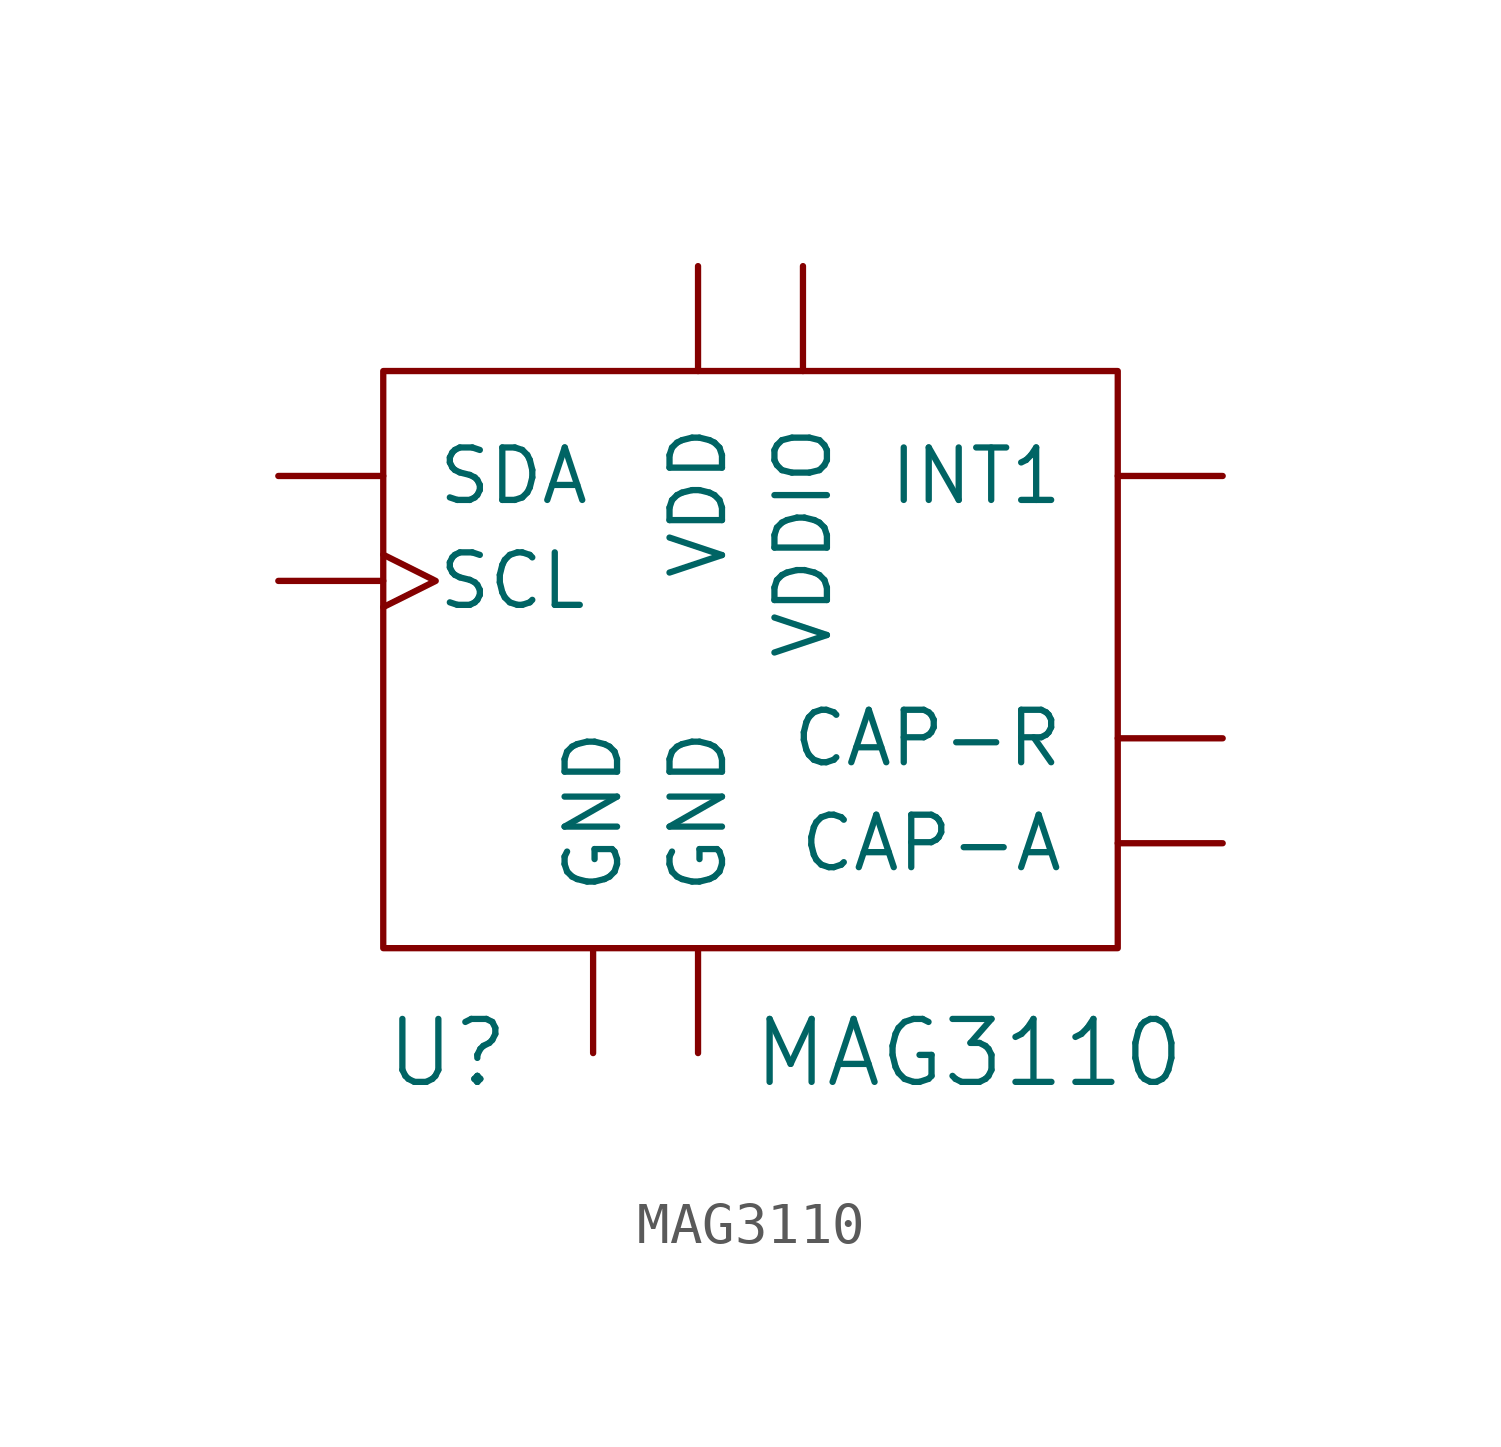
<source format=kicad_sym>
(kicad_symbol_lib
  (version 20211014)
  (generator kicad_symbol_editor)
  (symbol "MAG3110"
    (pin_numbers hide)
    (pin_names
      (offset 1.27))
    (property "Reference" "U"
      (at -7.62 -7.62 0)
      (effects (font (size 1.524 1.524)) (justify left)))
    (property "Value" "MAG3110"
      (at 1.27 -7.62 0)
      (effects (font (size 1.524 1.524)) (justify left)))
    (symbol "MAG3110_0_1"
      (rectangle (start -7.62 8.89) (end 10.16 -5.08) (stroke (width 0) (type default) (color 0 0 0 0)) (fill (type none))))
    (symbol "MAG3110_1_1"
      (pin passive line (at 12.7 -2.54 180) (length 2.54) (name "CAP-A" (effects (font (size 1.27 1.27)))) (number "1" (effects (font (size 1.27 1.27)))))
      (pin power_in line (at 0 -7.62 90) (length 2.54) (name "GND" (effects (font (size 1.27 1.27)))) (number "10" (effects (font (size 1.27 1.27)))))
      (pin power_in line (at 0 11.43 270) (length 2.54) (name "VDD" (effects (font (size 1.27 1.27)))) (number "2" (effects (font (size 1.27 1.27)))))
      (pin passive line (at 12.7 0 180) (length 2.54) (name "CAP-R" (effects (font (size 1.27 1.27)))) (number "4" (effects (font (size 1.27 1.27)))))
      (pin power_in line (at -2.54 -7.62 90) (length 2.54) (name "GND" (effects (font (size 1.27 1.27)))) (number "5" (effects (font (size 1.27 1.27)))))
      (pin open_collector line (at -10.16 6.35 0) (length 2.54) (name "SDA" (effects (font (size 1.27 1.27)))) (number "6" (effects (font (size 1.27 1.27)))))
      (pin open_collector clock (at -10.16 3.81 0) (length 2.54) (name "SCL" (effects (font (size 1.27 1.27)))) (number "7" (effects (font (size 1.27 1.27)))))
      (pin power_in line (at 2.54 11.43 270) (length 2.54) (name "VDDIO" (effects (font (size 1.27 1.27)))) (number "8" (effects (font (size 1.27 1.27)))))
      (pin output line (at 12.7 6.35 180) (length 2.54) (name "INT1" (effects (font (size 1.27 1.27)))) (number "9" (effects (font (size 1.27 1.27))))))))
</source>
